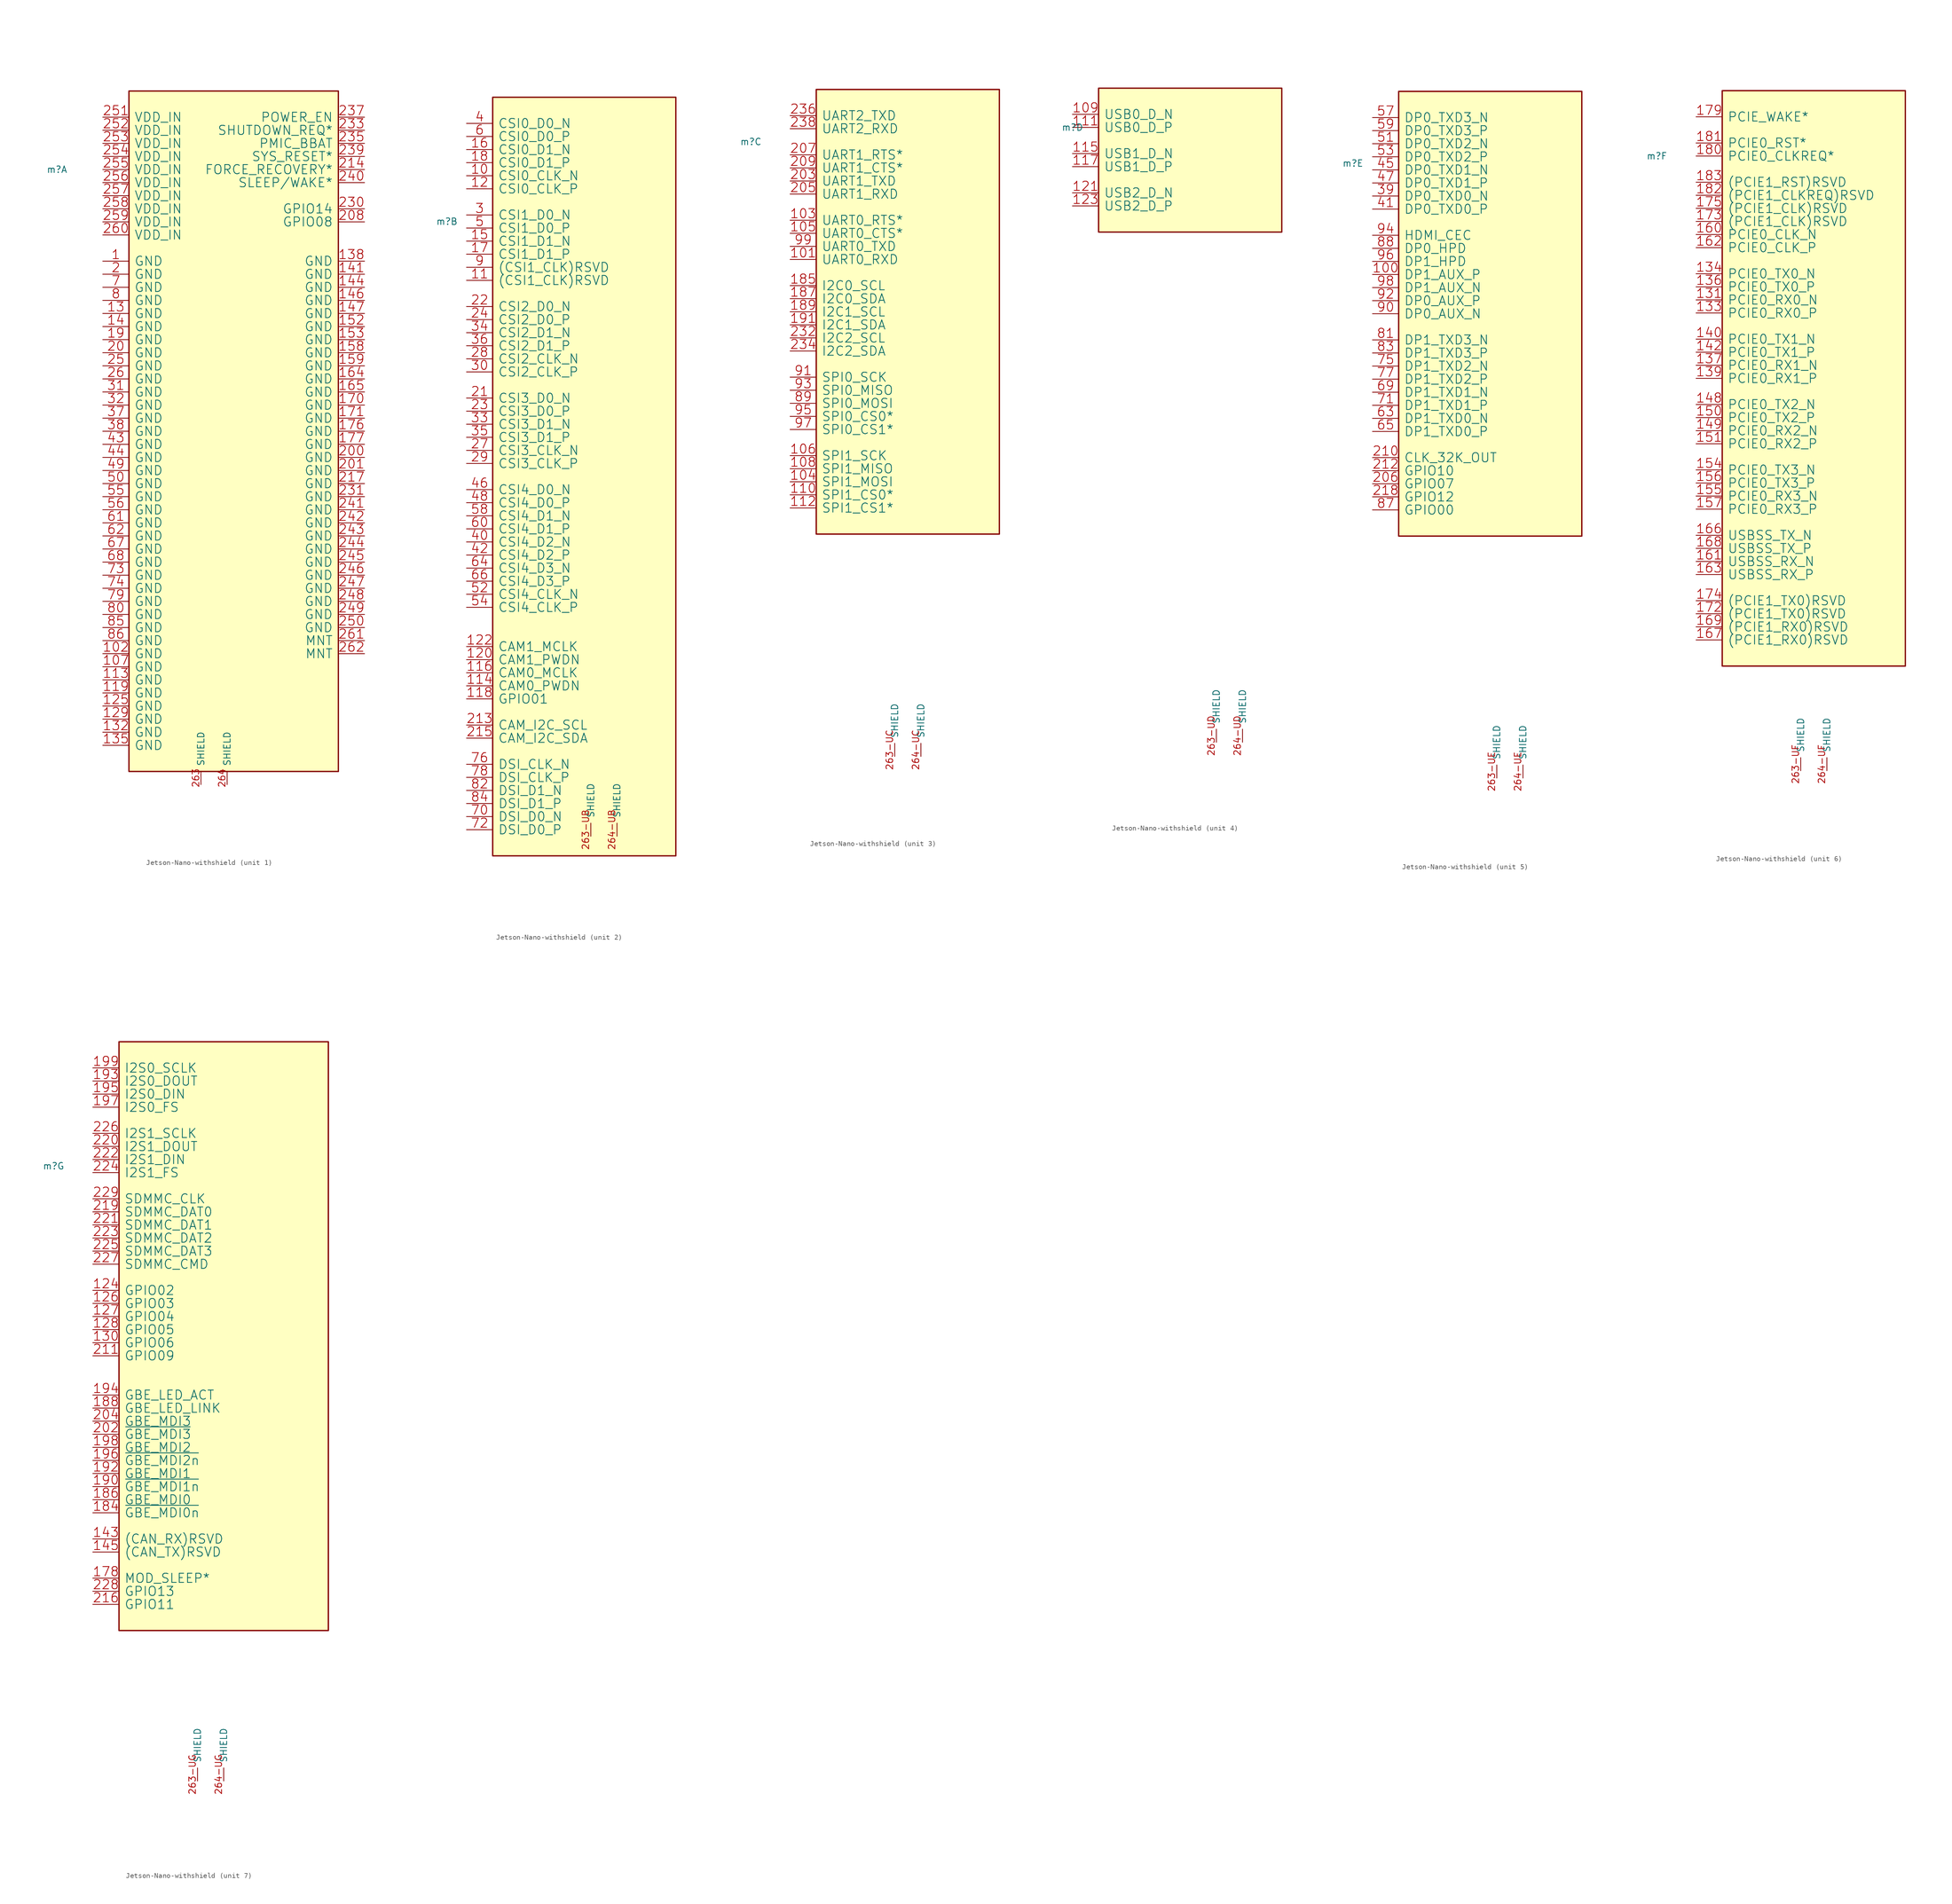
<source format=kicad_sym>
(kicad_symbol_lib
  (version 20211014)
  (generator kicad_symbol_editor)
  (symbol "Jetson-Nano-withshield"
    (pin_names
      (offset 1.016))
    (property "Reference" "m"
      (at 0 0 0)
      (effects (font (size 1.27 1.27))))
    (symbol "Jetson-Nano-withshield_1_1"
      (rectangle (start 13.97 -116.84) (end 54.61 15.24) (stroke (width 0.254) (type default) (color 0 0 0 0)) (fill (type background)))
      (pin passive line (at 8.89 -17.78 0) (length 5.08) (name "GND" (effects (font (size 1.778 1.778)))) (number "1" (effects (font (size 1.778 1.778)))))
      (pin passive line (at 8.89 -93.98 0) (length 5.08) (name "GND" (effects (font (size 1.778 1.778)))) (number "102" (effects (font (size 1.778 1.778)))))
      (pin passive line (at 8.89 -96.52 0) (length 5.08) (name "GND" (effects (font (size 1.778 1.778)))) (number "107" (effects (font (size 1.778 1.778)))))
      (pin passive line (at 8.89 -99.06 0) (length 5.08) (name "GND" (effects (font (size 1.778 1.778)))) (number "113" (effects (font (size 1.778 1.778)))))
      (pin passive line (at 8.89 -101.6 0) (length 5.08) (name "GND" (effects (font (size 1.778 1.778)))) (number "119" (effects (font (size 1.778 1.778)))))
      (pin passive line (at 8.89 -104.14 0) (length 5.08) (name "GND" (effects (font (size 1.778 1.778)))) (number "125" (effects (font (size 1.778 1.778)))))
      (pin passive line (at 8.89 -106.68 0) (length 5.08) (name "GND" (effects (font (size 1.778 1.778)))) (number "129" (effects (font (size 1.778 1.778)))))
      (pin passive line (at 8.89 -27.94 0) (length 5.08) (name "GND" (effects (font (size 1.778 1.778)))) (number "13" (effects (font (size 1.778 1.778)))))
      (pin passive line (at 8.89 -109.22 0) (length 5.08) (name "GND" (effects (font (size 1.778 1.778)))) (number "132" (effects (font (size 1.778 1.778)))))
      (pin passive line (at 8.89 -111.76 0) (length 5.08) (name "GND" (effects (font (size 1.778 1.778)))) (number "135" (effects (font (size 1.778 1.778)))))
      (pin passive line (at 59.69 -17.78 180) (length 5.08) (name "GND" (effects (font (size 1.778 1.778)))) (number "138" (effects (font (size 1.778 1.778)))))
      (pin passive line (at 8.89 -30.48 0) (length 5.08) (name "GND" (effects (font (size 1.778 1.778)))) (number "14" (effects (font (size 1.778 1.778)))))
      (pin passive line (at 59.69 -20.32 180) (length 5.08) (name "GND" (effects (font (size 1.778 1.778)))) (number "141" (effects (font (size 1.778 1.778)))))
      (pin passive line (at 59.69 -22.86 180) (length 5.08) (name "GND" (effects (font (size 1.778 1.778)))) (number "144" (effects (font (size 1.778 1.778)))))
      (pin passive line (at 59.69 -25.4 180) (length 5.08) (name "GND" (effects (font (size 1.778 1.778)))) (number "146" (effects (font (size 1.778 1.778)))))
      (pin passive line (at 59.69 -27.94 180) (length 5.08) (name "GND" (effects (font (size 1.778 1.778)))) (number "147" (effects (font (size 1.778 1.778)))))
      (pin passive line (at 59.69 -30.48 180) (length 5.08) (name "GND" (effects (font (size 1.778 1.778)))) (number "152" (effects (font (size 1.778 1.778)))))
      (pin passive line (at 59.69 -33.02 180) (length 5.08) (name "GND" (effects (font (size 1.778 1.778)))) (number "153" (effects (font (size 1.778 1.778)))))
      (pin passive line (at 59.69 -35.56 180) (length 5.08) (name "GND" (effects (font (size 1.778 1.778)))) (number "158" (effects (font (size 1.778 1.778)))))
      (pin passive line (at 59.69 -38.1 180) (length 5.08) (name "GND" (effects (font (size 1.778 1.778)))) (number "159" (effects (font (size 1.778 1.778)))))
      (pin passive line (at 59.69 -40.64 180) (length 5.08) (name "GND" (effects (font (size 1.778 1.778)))) (number "164" (effects (font (size 1.778 1.778)))))
      (pin passive line (at 59.69 -43.18 180) (length 5.08) (name "GND" (effects (font (size 1.778 1.778)))) (number "165" (effects (font (size 1.778 1.778)))))
      (pin passive line (at 59.69 -45.72 180) (length 5.08) (name "GND" (effects (font (size 1.778 1.778)))) (number "170" (effects (font (size 1.778 1.778)))))
      (pin passive line (at 59.69 -48.26 180) (length 5.08) (name "GND" (effects (font (size 1.778 1.778)))) (number "171" (effects (font (size 1.778 1.778)))))
      (pin passive line (at 59.69 -50.8 180) (length 5.08) (name "GND" (effects (font (size 1.778 1.778)))) (number "176" (effects (font (size 1.778 1.778)))))
      (pin passive line (at 59.69 -53.34 180) (length 5.08) (name "GND" (effects (font (size 1.778 1.778)))) (number "177" (effects (font (size 1.778 1.778)))))
      (pin passive line (at 8.89 -33.02 0) (length 5.08) (name "GND" (effects (font (size 1.778 1.778)))) (number "19" (effects (font (size 1.778 1.778)))))
      (pin passive line (at 8.89 -20.32 0) (length 5.08) (name "GND" (effects (font (size 1.778 1.778)))) (number "2" (effects (font (size 1.778 1.778)))))
      (pin passive line (at 8.89 -35.56 0) (length 5.08) (name "GND" (effects (font (size 1.778 1.778)))) (number "20" (effects (font (size 1.778 1.778)))))
      (pin passive line (at 59.69 -55.88 180) (length 5.08) (name "GND" (effects (font (size 1.778 1.778)))) (number "200" (effects (font (size 1.778 1.778)))))
      (pin passive line (at 59.69 -58.42 180) (length 5.08) (name "GND" (effects (font (size 1.778 1.778)))) (number "201" (effects (font (size 1.778 1.778)))))
      (pin passive line (at 59.69 -10.16 180) (length 5.08) (name "GPIO08" (effects (font (size 1.778 1.778)))) (number "208" (effects (font (size 1.778 1.778)))))
      (pin passive line (at 59.69 0 180) (length 5.08) (name "FORCE_RECOVERY*" (effects (font (size 1.778 1.778)))) (number "214" (effects (font (size 1.778 1.778)))))
      (pin passive line (at 59.69 -60.96 180) (length 5.08) (name "GND" (effects (font (size 1.778 1.778)))) (number "217" (effects (font (size 1.778 1.778)))))
      (pin passive line (at 59.69 -7.62 180) (length 5.08) (name "GPIO14" (effects (font (size 1.778 1.778)))) (number "230" (effects (font (size 1.778 1.778)))))
      (pin passive line (at 59.69 -63.5 180) (length 5.08) (name "GND" (effects (font (size 1.778 1.778)))) (number "231" (effects (font (size 1.778 1.778)))))
      (pin passive line (at 59.69 7.62 180) (length 5.08) (name "SHUTDOWN_REQ*" (effects (font (size 1.778 1.778)))) (number "233" (effects (font (size 1.778 1.778)))))
      (pin passive line (at 59.69 5.08 180) (length 5.08) (name "PMIC_BBAT" (effects (font (size 1.778 1.778)))) (number "235" (effects (font (size 1.778 1.778)))))
      (pin passive line (at 59.69 10.16 180) (length 5.08) (name "POWER_EN" (effects (font (size 1.778 1.778)))) (number "237" (effects (font (size 1.778 1.778)))))
      (pin passive line (at 59.69 2.54 180) (length 5.08) (name "SYS_RESET*" (effects (font (size 1.778 1.778)))) (number "239" (effects (font (size 1.778 1.778)))))
      (pin passive line (at 59.69 -2.54 180) (length 5.08) (name "SLEEP/WAKE*" (effects (font (size 1.778 1.778)))) (number "240" (effects (font (size 1.778 1.778)))))
      (pin passive line (at 59.69 -66.04 180) (length 5.08) (name "GND" (effects (font (size 1.778 1.778)))) (number "241" (effects (font (size 1.778 1.778)))))
      (pin passive line (at 59.69 -68.58 180) (length 5.08) (name "GND" (effects (font (size 1.778 1.778)))) (number "242" (effects (font (size 1.778 1.778)))))
      (pin passive line (at 59.69 -71.12 180) (length 5.08) (name "GND" (effects (font (size 1.778 1.778)))) (number "243" (effects (font (size 1.778 1.778)))))
      (pin passive line (at 59.69 -73.66 180) (length 5.08) (name "GND" (effects (font (size 1.778 1.778)))) (number "244" (effects (font (size 1.778 1.778)))))
      (pin passive line (at 59.69 -76.2 180) (length 5.08) (name "GND" (effects (font (size 1.778 1.778)))) (number "245" (effects (font (size 1.778 1.778)))))
      (pin passive line (at 59.69 -78.74 180) (length 5.08) (name "GND" (effects (font (size 1.778 1.778)))) (number "246" (effects (font (size 1.778 1.778)))))
      (pin passive line (at 59.69 -81.28 180) (length 5.08) (name "GND" (effects (font (size 1.778 1.778)))) (number "247" (effects (font (size 1.778 1.778)))))
      (pin passive line (at 59.69 -83.82 180) (length 5.08) (name "GND" (effects (font (size 1.778 1.778)))) (number "248" (effects (font (size 1.778 1.778)))))
      (pin passive line (at 59.69 -86.36 180) (length 5.08) (name "GND" (effects (font (size 1.778 1.778)))) (number "249" (effects (font (size 1.778 1.778)))))
      (pin passive line (at 8.89 -38.1 0) (length 5.08) (name "GND" (effects (font (size 1.778 1.778)))) (number "25" (effects (font (size 1.778 1.778)))))
      (pin passive line (at 59.69 -88.9 180) (length 5.08) (name "GND" (effects (font (size 1.778 1.778)))) (number "250" (effects (font (size 1.778 1.778)))))
      (pin passive line (at 8.89 10.16 0) (length 5.08) (name "VDD_IN" (effects (font (size 1.778 1.778)))) (number "251" (effects (font (size 1.778 1.778)))))
      (pin passive line (at 8.89 7.62 0) (length 5.08) (name "VDD_IN" (effects (font (size 1.778 1.778)))) (number "252" (effects (font (size 1.778 1.778)))))
      (pin passive line (at 8.89 5.08 0) (length 5.08) (name "VDD_IN" (effects (font (size 1.778 1.778)))) (number "253" (effects (font (size 1.778 1.778)))))
      (pin passive line (at 8.89 2.54 0) (length 5.08) (name "VDD_IN" (effects (font (size 1.778 1.778)))) (number "254" (effects (font (size 1.778 1.778)))))
      (pin passive line (at 8.89 0 0) (length 5.08) (name "VDD_IN" (effects (font (size 1.778 1.778)))) (number "255" (effects (font (size 1.778 1.778)))))
      (pin passive line (at 8.89 -2.54 0) (length 5.08) (name "VDD_IN" (effects (font (size 1.778 1.778)))) (number "256" (effects (font (size 1.778 1.778)))))
      (pin passive line (at 8.89 -5.08 0) (length 5.08) (name "VDD_IN" (effects (font (size 1.778 1.778)))) (number "257" (effects (font (size 1.778 1.778)))))
      (pin passive line (at 8.89 -7.62 0) (length 5.08) (name "VDD_IN" (effects (font (size 1.778 1.778)))) (number "258" (effects (font (size 1.778 1.778)))))
      (pin passive line (at 8.89 -10.16 0) (length 5.08) (name "VDD_IN" (effects (font (size 1.778 1.778)))) (number "259" (effects (font (size 1.778 1.778)))))
      (pin passive line (at 8.89 -40.64 0) (length 5.08) (name "GND" (effects (font (size 1.778 1.778)))) (number "26" (effects (font (size 1.778 1.778)))))
      (pin passive line (at 8.89 -12.7 0) (length 5.08) (name "VDD_IN" (effects (font (size 1.778 1.778)))) (number "260" (effects (font (size 1.778 1.778)))))
      (pin passive line (at 59.69 -91.44 180) (length 5.08) (name "MNT" (effects (font (size 1.778 1.778)))) (number "261" (effects (font (size 1.778 1.778)))))
      (pin passive line (at 59.69 -93.98 180) (length 5.08) (name "MNT" (effects (font (size 1.778 1.778)))) (number "262" (effects (font (size 1.778 1.778)))))
      (pin passive line (at 27.94 -119.38 90) (length 2.54) (name "SHIELD" (effects (font (size 1.27 1.27)))) (number "263" (effects (font (size 1.27 1.27)))))
      (pin passive line (at 33.02 -119.38 90) (length 2.54) (name "SHIELD" (effects (font (size 1.27 1.27)))) (number "264" (effects (font (size 1.27 1.27)))))
      (pin passive line (at 8.89 -43.18 0) (length 5.08) (name "GND" (effects (font (size 1.778 1.778)))) (number "31" (effects (font (size 1.778 1.778)))))
      (pin passive line (at 8.89 -45.72 0) (length 5.08) (name "GND" (effects (font (size 1.778 1.778)))) (number "32" (effects (font (size 1.778 1.778)))))
      (pin passive line (at 8.89 -48.26 0) (length 5.08) (name "GND" (effects (font (size 1.778 1.778)))) (number "37" (effects (font (size 1.778 1.778)))))
      (pin passive line (at 8.89 -50.8 0) (length 5.08) (name "GND" (effects (font (size 1.778 1.778)))) (number "38" (effects (font (size 1.778 1.778)))))
      (pin passive line (at 8.89 -53.34 0) (length 5.08) (name "GND" (effects (font (size 1.778 1.778)))) (number "43" (effects (font (size 1.778 1.778)))))
      (pin passive line (at 8.89 -55.88 0) (length 5.08) (name "GND" (effects (font (size 1.778 1.778)))) (number "44" (effects (font (size 1.778 1.778)))))
      (pin passive line (at 8.89 -58.42 0) (length 5.08) (name "GND" (effects (font (size 1.778 1.778)))) (number "49" (effects (font (size 1.778 1.778)))))
      (pin passive line (at 8.89 -60.96 0) (length 5.08) (name "GND" (effects (font (size 1.778 1.778)))) (number "50" (effects (font (size 1.778 1.778)))))
      (pin passive line (at 8.89 -63.5 0) (length 5.08) (name "GND" (effects (font (size 1.778 1.778)))) (number "55" (effects (font (size 1.778 1.778)))))
      (pin passive line (at 8.89 -66.04 0) (length 5.08) (name "GND" (effects (font (size 1.778 1.778)))) (number "56" (effects (font (size 1.778 1.778)))))
      (pin passive line (at 8.89 -68.58 0) (length 5.08) (name "GND" (effects (font (size 1.778 1.778)))) (number "61" (effects (font (size 1.778 1.778)))))
      (pin passive line (at 8.89 -71.12 0) (length 5.08) (name "GND" (effects (font (size 1.778 1.778)))) (number "62" (effects (font (size 1.778 1.778)))))
      (pin passive line (at 8.89 -73.66 0) (length 5.08) (name "GND" (effects (font (size 1.778 1.778)))) (number "67" (effects (font (size 1.778 1.778)))))
      (pin passive line (at 8.89 -76.2 0) (length 5.08) (name "GND" (effects (font (size 1.778 1.778)))) (number "68" (effects (font (size 1.778 1.778)))))
      (pin passive line (at 8.89 -22.86 0) (length 5.08) (name "GND" (effects (font (size 1.778 1.778)))) (number "7" (effects (font (size 1.778 1.778)))))
      (pin passive line (at 8.89 -78.74 0) (length 5.08) (name "GND" (effects (font (size 1.778 1.778)))) (number "73" (effects (font (size 1.778 1.778)))))
      (pin passive line (at 8.89 -81.28 0) (length 5.08) (name "GND" (effects (font (size 1.778 1.778)))) (number "74" (effects (font (size 1.778 1.778)))))
      (pin passive line (at 8.89 -83.82 0) (length 5.08) (name "GND" (effects (font (size 1.778 1.778)))) (number "79" (effects (font (size 1.778 1.778)))))
      (pin passive line (at 8.89 -25.4 0) (length 5.08) (name "GND" (effects (font (size 1.778 1.778)))) (number "8" (effects (font (size 1.778 1.778)))))
      (pin passive line (at 8.89 -86.36 0) (length 5.08) (name "GND" (effects (font (size 1.778 1.778)))) (number "80" (effects (font (size 1.778 1.778)))))
      (pin passive line (at 8.89 -88.9 0) (length 5.08) (name "GND" (effects (font (size 1.778 1.778)))) (number "85" (effects (font (size 1.778 1.778)))))
      (pin passive line (at 8.89 -91.44 0) (length 5.08) (name "GND" (effects (font (size 1.778 1.778)))) (number "86" (effects (font (size 1.778 1.778))))))
    (symbol "Jetson-Nano-withshield_2_1"
      (rectangle (start 44.45 -123.19) (end 8.89 24.13) (stroke (width 0.254) (type default) (color 0 0 0 0)) (fill (type background)))
      (pin passive line (at 3.81 8.89 0) (length 5.08) (name "CSI0_CLK_N" (effects (font (size 1.778 1.778)))) (number "10" (effects (font (size 1.778 1.778)))))
      (pin passive line (at 3.81 -11.43 0) (length 5.08) (name "(CSI1_CLK)RSVD" (effects (font (size 1.778 1.778)))) (number "11" (effects (font (size 1.778 1.778)))))
      (pin passive line (at 3.81 -90.17 0) (length 5.08) (name "CAM0_PWDN" (effects (font (size 1.778 1.778)))) (number "114" (effects (font (size 1.778 1.778)))))
      (pin passive line (at 3.81 -87.63 0) (length 5.08) (name "CAM0_MCLK" (effects (font (size 1.778 1.778)))) (number "116" (effects (font (size 1.778 1.778)))))
      (pin passive line (at 3.81 -92.71 0) (length 5.08) (name "GPIO01" (effects (font (size 1.778 1.778)))) (number "118" (effects (font (size 1.778 1.778)))))
      (pin passive line (at 3.81 6.35 0) (length 5.08) (name "CSI0_CLK_P" (effects (font (size 1.778 1.778)))) (number "12" (effects (font (size 1.778 1.778)))))
      (pin passive line (at 3.81 -85.09 0) (length 5.08) (name "CAM1_PWDN" (effects (font (size 1.778 1.778)))) (number "120" (effects (font (size 1.778 1.778)))))
      (pin passive line (at 3.81 -82.55 0) (length 5.08) (name "CAM1_MCLK" (effects (font (size 1.778 1.778)))) (number "122" (effects (font (size 1.778 1.778)))))
      (pin passive line (at 3.81 -3.81 0) (length 5.08) (name "CSI1_D1_N" (effects (font (size 1.778 1.778)))) (number "15" (effects (font (size 1.778 1.778)))))
      (pin passive line (at 3.81 13.97 0) (length 5.08) (name "CSI0_D1_N" (effects (font (size 1.778 1.778)))) (number "16" (effects (font (size 1.778 1.778)))))
      (pin passive line (at 3.81 -6.35 0) (length 5.08) (name "CSI1_D1_P" (effects (font (size 1.778 1.778)))) (number "17" (effects (font (size 1.778 1.778)))))
      (pin passive line (at 3.81 11.43 0) (length 5.08) (name "CSI0_D1_P" (effects (font (size 1.778 1.778)))) (number "18" (effects (font (size 1.778 1.778)))))
      (pin passive line (at 3.81 -34.29 0) (length 5.08) (name "CSI3_D0_N" (effects (font (size 1.778 1.778)))) (number "21" (effects (font (size 1.778 1.778)))))
      (pin passive line (at 3.81 -97.79 0) (length 5.08) (name "CAM_I2C_SCL" (effects (font (size 1.778 1.778)))) (number "213" (effects (font (size 1.778 1.778)))))
      (pin passive line (at 3.81 -100.33 0) (length 5.08) (name "CAM_I2C_SDA" (effects (font (size 1.778 1.778)))) (number "215" (effects (font (size 1.778 1.778)))))
      (pin passive line (at 3.81 -16.51 0) (length 5.08) (name "CSI2_D0_N" (effects (font (size 1.778 1.778)))) (number "22" (effects (font (size 1.778 1.778)))))
      (pin passive line (at 3.81 -36.83 0) (length 5.08) (name "CSI3_D0_P" (effects (font (size 1.778 1.778)))) (number "23" (effects (font (size 1.778 1.778)))))
      (pin passive line (at 3.81 -19.05 0) (length 5.08) (name "CSI2_D0_P" (effects (font (size 1.778 1.778)))) (number "24" (effects (font (size 1.778 1.778)))))
      (pin passive line (at 27.94 -119.38 90) (length 2.54) (name "SHIELD" (effects (font (size 1.27 1.27)))) (number "263-UB" (effects (font (size 1.27 1.27)))))
      (pin passive line (at 33.02 -119.38 90) (length 2.54) (name "SHIELD" (effects (font (size 1.27 1.27)))) (number "264-UB" (effects (font (size 1.27 1.27)))))
      (pin passive line (at 3.81 -44.45 0) (length 5.08) (name "CSI3_CLK_N" (effects (font (size 1.778 1.778)))) (number "27" (effects (font (size 1.778 1.778)))))
      (pin passive line (at 3.81 -26.67 0) (length 5.08) (name "CSI2_CLK_N" (effects (font (size 1.778 1.778)))) (number "28" (effects (font (size 1.778 1.778)))))
      (pin passive line (at 3.81 -46.99 0) (length 5.08) (name "CSI3_CLK_P" (effects (font (size 1.778 1.778)))) (number "29" (effects (font (size 1.778 1.778)))))
      (pin passive line (at 3.81 1.27 0) (length 5.08) (name "CSI1_D0_N" (effects (font (size 1.778 1.778)))) (number "3" (effects (font (size 1.778 1.778)))))
      (pin passive line (at 3.81 -29.21 0) (length 5.08) (name "CSI2_CLK_P" (effects (font (size 1.778 1.778)))) (number "30" (effects (font (size 1.778 1.778)))))
      (pin passive line (at 3.81 -39.37 0) (length 5.08) (name "CSI3_D1_N" (effects (font (size 1.778 1.778)))) (number "33" (effects (font (size 1.778 1.778)))))
      (pin passive line (at 3.81 -21.59 0) (length 5.08) (name "CSI2_D1_N" (effects (font (size 1.778 1.778)))) (number "34" (effects (font (size 1.778 1.778)))))
      (pin passive line (at 3.81 -41.91 0) (length 5.08) (name "CSI3_D1_P" (effects (font (size 1.778 1.778)))) (number "35" (effects (font (size 1.778 1.778)))))
      (pin passive line (at 3.81 -24.13 0) (length 5.08) (name "CSI2_D1_P" (effects (font (size 1.778 1.778)))) (number "36" (effects (font (size 1.778 1.778)))))
      (pin passive line (at 3.81 19.05 0) (length 5.08) (name "CSI0_D0_N" (effects (font (size 1.778 1.778)))) (number "4" (effects (font (size 1.778 1.778)))))
      (pin passive line (at 3.81 -62.23 0) (length 5.08) (name "CSI4_D2_N" (effects (font (size 1.778 1.778)))) (number "40" (effects (font (size 1.778 1.778)))))
      (pin passive line (at 3.81 -64.77 0) (length 5.08) (name "CSI4_D2_P" (effects (font (size 1.778 1.778)))) (number "42" (effects (font (size 1.778 1.778)))))
      (pin passive line (at 3.81 -52.07 0) (length 5.08) (name "CSI4_D0_N" (effects (font (size 1.778 1.778)))) (number "46" (effects (font (size 1.778 1.778)))))
      (pin passive line (at 3.81 -54.61 0) (length 5.08) (name "CSI4_D0_P" (effects (font (size 1.778 1.778)))) (number "48" (effects (font (size 1.778 1.778)))))
      (pin passive line (at 3.81 -1.27 0) (length 5.08) (name "CSI1_D0_P" (effects (font (size 1.778 1.778)))) (number "5" (effects (font (size 1.778 1.778)))))
      (pin passive line (at 3.81 -72.39 0) (length 5.08) (name "CSI4_CLK_N" (effects (font (size 1.778 1.778)))) (number "52" (effects (font (size 1.778 1.778)))))
      (pin passive line (at 3.81 -74.93 0) (length 5.08) (name "CSI4_CLK_P" (effects (font (size 1.778 1.778)))) (number "54" (effects (font (size 1.778 1.778)))))
      (pin passive line (at 3.81 -57.15 0) (length 5.08) (name "CSI4_D1_N" (effects (font (size 1.778 1.778)))) (number "58" (effects (font (size 1.778 1.778)))))
      (pin passive line (at 3.81 16.51 0) (length 5.08) (name "CSI0_D0_P" (effects (font (size 1.778 1.778)))) (number "6" (effects (font (size 1.778 1.778)))))
      (pin passive line (at 3.81 -59.69 0) (length 5.08) (name "CSI4_D1_P" (effects (font (size 1.778 1.778)))) (number "60" (effects (font (size 1.778 1.778)))))
      (pin passive line (at 3.81 -67.31 0) (length 5.08) (name "CSI4_D3_N" (effects (font (size 1.778 1.778)))) (number "64" (effects (font (size 1.778 1.778)))))
      (pin passive line (at 3.81 -69.85 0) (length 5.08) (name "CSI4_D3_P" (effects (font (size 1.778 1.778)))) (number "66" (effects (font (size 1.778 1.778)))))
      (pin passive line (at 3.81 -115.57 0) (length 5.08) (name "DSI_D0_N" (effects (font (size 1.778 1.778)))) (number "70" (effects (font (size 1.778 1.778)))))
      (pin passive line (at 3.81 -118.11 0) (length 5.08) (name "DSI_D0_P" (effects (font (size 1.778 1.778)))) (number "72" (effects (font (size 1.778 1.778)))))
      (pin passive line (at 3.81 -105.41 0) (length 5.08) (name "DSI_CLK_N" (effects (font (size 1.778 1.778)))) (number "76" (effects (font (size 1.778 1.778)))))
      (pin passive line (at 3.81 -107.95 0) (length 5.08) (name "DSI_CLK_P" (effects (font (size 1.778 1.778)))) (number "78" (effects (font (size 1.778 1.778)))))
      (pin passive line (at 3.81 -110.49 0) (length 5.08) (name "DSI_D1_N" (effects (font (size 1.778 1.778)))) (number "82" (effects (font (size 1.778 1.778)))))
      (pin passive line (at 3.81 -113.03 0) (length 5.08) (name "DSI_D1_P" (effects (font (size 1.778 1.778)))) (number "84" (effects (font (size 1.778 1.778)))))
      (pin passive line (at 3.81 -8.89 0) (length 5.08) (name "(CSI1_CLK)RSVD" (effects (font (size 1.778 1.778)))) (number "9" (effects (font (size 1.778 1.778))))))
    (symbol "Jetson-Nano-withshield_3_1"
      (rectangle (start 12.7 -76.2) (end 48.26 10.16) (stroke (width 0.254) (type default) (color 0 0 0 0)) (fill (type background)))
      (pin passive line (at 7.62 -22.86 0) (length 5.08) (name "UART0_RXD" (effects (font (size 1.778 1.778)))) (number "101" (effects (font (size 1.778 1.778)))))
      (pin passive line (at 7.62 -15.24 0) (length 5.08) (name "UART0_RTS*" (effects (font (size 1.778 1.778)))) (number "103" (effects (font (size 1.778 1.778)))))
      (pin passive line (at 7.62 -66.04 0) (length 5.08) (name "SPI1_MOSI" (effects (font (size 1.778 1.778)))) (number "104" (effects (font (size 1.778 1.778)))))
      (pin passive line (at 7.62 -17.78 0) (length 5.08) (name "UART0_CTS*" (effects (font (size 1.778 1.778)))) (number "105" (effects (font (size 1.778 1.778)))))
      (pin passive line (at 7.62 -60.96 0) (length 5.08) (name "SPI1_SCK" (effects (font (size 1.778 1.778)))) (number "106" (effects (font (size 1.778 1.778)))))
      (pin passive line (at 7.62 -63.5 0) (length 5.08) (name "SPI1_MISO" (effects (font (size 1.778 1.778)))) (number "108" (effects (font (size 1.778 1.778)))))
      (pin passive line (at 7.62 -68.58 0) (length 5.08) (name "SPI1_CS0*" (effects (font (size 1.778 1.778)))) (number "110" (effects (font (size 1.778 1.778)))))
      (pin passive line (at 7.62 -71.12 0) (length 5.08) (name "SPI1_CS1*" (effects (font (size 1.778 1.778)))) (number "112" (effects (font (size 1.778 1.778)))))
      (pin passive line (at 7.62 -27.94 0) (length 5.08) (name "I2C0_SCL" (effects (font (size 1.778 1.778)))) (number "185" (effects (font (size 1.778 1.778)))))
      (pin passive line (at 7.62 -30.48 0) (length 5.08) (name "I2C0_SDA" (effects (font (size 1.778 1.778)))) (number "187" (effects (font (size 1.778 1.778)))))
      (pin passive line (at 7.62 -33.02 0) (length 5.08) (name "I2C1_SCL" (effects (font (size 1.778 1.778)))) (number "189" (effects (font (size 1.778 1.778)))))
      (pin passive line (at 7.62 -35.56 0) (length 5.08) (name "I2C1_SDA" (effects (font (size 1.778 1.778)))) (number "191" (effects (font (size 1.778 1.778)))))
      (pin passive line (at 7.62 -7.62 0) (length 5.08) (name "UART1_TXD" (effects (font (size 1.778 1.778)))) (number "203" (effects (font (size 1.778 1.778)))))
      (pin passive line (at 7.62 -10.16 0) (length 5.08) (name "UART1_RXD" (effects (font (size 1.778 1.778)))) (number "205" (effects (font (size 1.778 1.778)))))
      (pin passive line (at 7.62 -2.54 0) (length 5.08) (name "UART1_RTS*" (effects (font (size 1.778 1.778)))) (number "207" (effects (font (size 1.778 1.778)))))
      (pin passive line (at 7.62 -5.08 0) (length 5.08) (name "UART1_CTS*" (effects (font (size 1.778 1.778)))) (number "209" (effects (font (size 1.778 1.778)))))
      (pin passive line (at 7.62 -38.1 0) (length 5.08) (name "I2C2_SCL" (effects (font (size 1.778 1.778)))) (number "232" (effects (font (size 1.778 1.778)))))
      (pin passive line (at 7.62 -40.64 0) (length 5.08) (name "I2C2_SDA" (effects (font (size 1.778 1.778)))) (number "234" (effects (font (size 1.778 1.778)))))
      (pin passive line (at 7.62 5.08 0) (length 5.08) (name "UART2_TXD" (effects (font (size 1.778 1.778)))) (number "236" (effects (font (size 1.778 1.778)))))
      (pin passive line (at 7.62 2.54 0) (length 5.08) (name "UART2_RXD" (effects (font (size 1.778 1.778)))) (number "238" (effects (font (size 1.778 1.778)))))
      (pin passive line (at 27.94 -119.38 90) (length 2.54) (name "SHIELD" (effects (font (size 1.27 1.27)))) (number "263-UC" (effects (font (size 1.27 1.27)))))
      (pin passive line (at 33.02 -119.38 90) (length 2.54) (name "SHIELD" (effects (font (size 1.27 1.27)))) (number "264-UC" (effects (font (size 1.27 1.27)))))
      (pin passive line (at 7.62 -50.8 0) (length 5.08) (name "SPI0_MOSI" (effects (font (size 1.778 1.778)))) (number "89" (effects (font (size 1.778 1.778)))))
      (pin passive line (at 7.62 -45.72 0) (length 5.08) (name "SPI0_SCK" (effects (font (size 1.778 1.778)))) (number "91" (effects (font (size 1.778 1.778)))))
      (pin passive line (at 7.62 -48.26 0) (length 5.08) (name "SPI0_MISO" (effects (font (size 1.778 1.778)))) (number "93" (effects (font (size 1.778 1.778)))))
      (pin passive line (at 7.62 -53.34 0) (length 5.08) (name "SPI0_CS0*" (effects (font (size 1.778 1.778)))) (number "95" (effects (font (size 1.778 1.778)))))
      (pin passive line (at 7.62 -55.88 0) (length 5.08) (name "SPI0_CS1*" (effects (font (size 1.778 1.778)))) (number "97" (effects (font (size 1.778 1.778)))))
      (pin passive line (at 7.62 -20.32 0) (length 5.08) (name "UART0_TXD" (effects (font (size 1.778 1.778)))) (number "99" (effects (font (size 1.778 1.778))))))
    (symbol "Jetson-Nano-withshield_4_1"
      (rectangle (start 5.08 -20.32) (end 40.64 7.62) (stroke (width 0.254) (type default) (color 0 0 0 0)) (fill (type background)))
      (pin passive line (at 0 2.54 0) (length 5.08) (name "USB0_D_N" (effects (font (size 1.778 1.778)))) (number "109" (effects (font (size 1.778 1.778)))))
      (pin passive line (at 0 0 0) (length 5.08) (name "USB0_D_P" (effects (font (size 1.778 1.778)))) (number "111" (effects (font (size 1.778 1.778)))))
      (pin passive line (at 0 -5.08 0) (length 5.08) (name "USB1_D_N" (effects (font (size 1.778 1.778)))) (number "115" (effects (font (size 1.778 1.778)))))
      (pin passive line (at 0 -7.62 0) (length 5.08) (name "USB1_D_P" (effects (font (size 1.778 1.778)))) (number "117" (effects (font (size 1.778 1.778)))))
      (pin passive line (at 0 -12.7 0) (length 5.08) (name "USB2_D_N" (effects (font (size 1.778 1.778)))) (number "121" (effects (font (size 1.778 1.778)))))
      (pin passive line (at 0 -15.24 0) (length 5.08) (name "USB2_D_P" (effects (font (size 1.778 1.778)))) (number "123" (effects (font (size 1.778 1.778)))))
      (pin passive line (at 27.94 -119.38 90) (length 2.54) (name "SHIELD" (effects (font (size 1.27 1.27)))) (number "263-UD" (effects (font (size 1.27 1.27)))))
      (pin passive line (at 33.02 -119.38 90) (length 2.54) (name "SHIELD" (effects (font (size 1.27 1.27)))) (number "264-UD" (effects (font (size 1.27 1.27))))))
    (symbol "Jetson-Nano-withshield_5_1"
      (rectangle (start 44.45 -72.39) (end 8.89 13.97) (stroke (width 0.254) (type default) (color 0 0 0 0)) (fill (type background)))
      (pin passive line (at 3.81 -21.59 0) (length 5.08) (name "DP1_AUX_P" (effects (font (size 1.778 1.778)))) (number "100" (effects (font (size 1.778 1.778)))))
      (pin passive line (at 3.81 -62.23 0) (length 5.08) (name "GPIO07" (effects (font (size 1.778 1.778)))) (number "206" (effects (font (size 1.778 1.778)))))
      (pin passive line (at 3.81 -57.15 0) (length 5.08) (name "CLK_32K_OUT" (effects (font (size 1.778 1.778)))) (number "210" (effects (font (size 1.778 1.778)))))
      (pin passive line (at 3.81 -59.69 0) (length 5.08) (name "GPIO10" (effects (font (size 1.778 1.778)))) (number "212" (effects (font (size 1.778 1.778)))))
      (pin passive line (at 3.81 -64.77 0) (length 5.08) (name "GPIO12" (effects (font (size 1.778 1.778)))) (number "218" (effects (font (size 1.778 1.778)))))
      (pin passive line (at 27.94 -119.38 90) (length 2.54) (name "SHIELD" (effects (font (size 1.27 1.27)))) (number "263-UE" (effects (font (size 1.27 1.27)))))
      (pin passive line (at 33.02 -119.38 90) (length 2.54) (name "SHIELD" (effects (font (size 1.27 1.27)))) (number "264-UE" (effects (font (size 1.27 1.27)))))
      (pin passive line (at 3.81 -6.35 0) (length 5.08) (name "DP0_TXD0_N" (effects (font (size 1.778 1.778)))) (number "39" (effects (font (size 1.778 1.778)))))
      (pin passive line (at 3.81 -8.89 0) (length 5.08) (name "DP0_TXD0_P" (effects (font (size 1.778 1.778)))) (number "41" (effects (font (size 1.778 1.778)))))
      (pin passive line (at 3.81 -1.27 0) (length 5.08) (name "DP0_TXD1_N" (effects (font (size 1.778 1.778)))) (number "45" (effects (font (size 1.778 1.778)))))
      (pin passive line (at 3.81 -3.81 0) (length 5.08) (name "DP0_TXD1_P" (effects (font (size 1.778 1.778)))) (number "47" (effects (font (size 1.778 1.778)))))
      (pin passive line (at 3.81 3.81 0) (length 5.08) (name "DP0_TXD2_N" (effects (font (size 1.778 1.778)))) (number "51" (effects (font (size 1.778 1.778)))))
      (pin passive line (at 3.81 1.27 0) (length 5.08) (name "DP0_TXD2_P" (effects (font (size 1.778 1.778)))) (number "53" (effects (font (size 1.778 1.778)))))
      (pin passive line (at 3.81 8.89 0) (length 5.08) (name "DP0_TXD3_N" (effects (font (size 1.778 1.778)))) (number "57" (effects (font (size 1.778 1.778)))))
      (pin passive line (at 3.81 6.35 0) (length 5.08) (name "DP0_TXD3_P" (effects (font (size 1.778 1.778)))) (number "59" (effects (font (size 1.778 1.778)))))
      (pin passive line (at 3.81 -49.53 0) (length 5.08) (name "DP1_TXD0_N" (effects (font (size 1.778 1.778)))) (number "63" (effects (font (size 1.778 1.778)))))
      (pin passive line (at 3.81 -52.07 0) (length 5.08) (name "DP1_TXD0_P" (effects (font (size 1.778 1.778)))) (number "65" (effects (font (size 1.778 1.778)))))
      (pin passive line (at 3.81 -44.45 0) (length 5.08) (name "DP1_TXD1_N" (effects (font (size 1.778 1.778)))) (number "69" (effects (font (size 1.778 1.778)))))
      (pin passive line (at 3.81 -46.99 0) (length 5.08) (name "DP1_TXD1_P" (effects (font (size 1.778 1.778)))) (number "71" (effects (font (size 1.778 1.778)))))
      (pin passive line (at 3.81 -39.37 0) (length 5.08) (name "DP1_TXD2_N" (effects (font (size 1.778 1.778)))) (number "75" (effects (font (size 1.778 1.778)))))
      (pin passive line (at 3.81 -41.91 0) (length 5.08) (name "DP1_TXD2_P" (effects (font (size 1.778 1.778)))) (number "77" (effects (font (size 1.778 1.778)))))
      (pin passive line (at 3.81 -34.29 0) (length 5.08) (name "DP1_TXD3_N" (effects (font (size 1.778 1.778)))) (number "81" (effects (font (size 1.778 1.778)))))
      (pin passive line (at 3.81 -36.83 0) (length 5.08) (name "DP1_TXD3_P" (effects (font (size 1.778 1.778)))) (number "83" (effects (font (size 1.778 1.778)))))
      (pin passive line (at 3.81 -67.31 0) (length 5.08) (name "GPIO00" (effects (font (size 1.778 1.778)))) (number "87" (effects (font (size 1.778 1.778)))))
      (pin passive line (at 3.81 -16.51 0) (length 5.08) (name "DP0_HPD" (effects (font (size 1.778 1.778)))) (number "88" (effects (font (size 1.778 1.778)))))
      (pin passive line (at 3.81 -29.21 0) (length 5.08) (name "DP0_AUX_N" (effects (font (size 1.778 1.778)))) (number "90" (effects (font (size 1.778 1.778)))))
      (pin passive line (at 3.81 -26.67 0) (length 5.08) (name "DP0_AUX_P" (effects (font (size 1.778 1.778)))) (number "92" (effects (font (size 1.778 1.778)))))
      (pin passive line (at 3.81 -13.97 0) (length 5.08) (name "HDMI_CEC" (effects (font (size 1.778 1.778)))) (number "94" (effects (font (size 1.778 1.778)))))
      (pin passive line (at 3.81 -19.05 0) (length 5.08) (name "DP1_HPD" (effects (font (size 1.778 1.778)))) (number "96" (effects (font (size 1.778 1.778)))))
      (pin passive line (at 3.81 -24.13 0) (length 5.08) (name "DP1_AUX_N" (effects (font (size 1.778 1.778)))) (number "98" (effects (font (size 1.778 1.778))))))
    (symbol "Jetson-Nano-withshield_6_1"
      (rectangle (start 12.7 -99.06) (end 48.26 12.7) (stroke (width 0.254) (type default) (color 0 0 0 0)) (fill (type background)))
      (pin passive line (at 7.62 -27.94 0) (length 5.08) (name "PCIE0_RX0_N" (effects (font (size 1.778 1.778)))) (number "131" (effects (font (size 1.778 1.778)))))
      (pin passive line (at 7.62 -30.48 0) (length 5.08) (name "PCIE0_RX0_P" (effects (font (size 1.778 1.778)))) (number "133" (effects (font (size 1.778 1.778)))))
      (pin passive line (at 7.62 -22.86 0) (length 5.08) (name "PCIE0_TX0_N" (effects (font (size 1.778 1.778)))) (number "134" (effects (font (size 1.778 1.778)))))
      (pin passive line (at 7.62 -25.4 0) (length 5.08) (name "PCIE0_TX0_P" (effects (font (size 1.778 1.778)))) (number "136" (effects (font (size 1.778 1.778)))))
      (pin passive line (at 7.62 -40.64 0) (length 5.08) (name "PCIE0_RX1_N" (effects (font (size 1.778 1.778)))) (number "137" (effects (font (size 1.778 1.778)))))
      (pin passive line (at 7.62 -43.18 0) (length 5.08) (name "PCIE0_RX1_P" (effects (font (size 1.778 1.778)))) (number "139" (effects (font (size 1.778 1.778)))))
      (pin passive line (at 7.62 -35.56 0) (length 5.08) (name "PCIE0_TX1_N" (effects (font (size 1.778 1.778)))) (number "140" (effects (font (size 1.778 1.778)))))
      (pin passive line (at 7.62 -38.1 0) (length 5.08) (name "PCIE0_TX1_P" (effects (font (size 1.778 1.778)))) (number "142" (effects (font (size 1.778 1.778)))))
      (pin passive line (at 7.62 -48.26 0) (length 5.08) (name "PCIE0_TX2_N" (effects (font (size 1.778 1.778)))) (number "148" (effects (font (size 1.778 1.778)))))
      (pin passive line (at 7.62 -53.34 0) (length 5.08) (name "PCIE0_RX2_N" (effects (font (size 1.778 1.778)))) (number "149" (effects (font (size 1.778 1.778)))))
      (pin passive line (at 7.62 -50.8 0) (length 5.08) (name "PCIE0_TX2_P" (effects (font (size 1.778 1.778)))) (number "150" (effects (font (size 1.778 1.778)))))
      (pin passive line (at 7.62 -55.88 0) (length 5.08) (name "PCIE0_RX2_P" (effects (font (size 1.778 1.778)))) (number "151" (effects (font (size 1.778 1.778)))))
      (pin passive line (at 7.62 -60.96 0) (length 5.08) (name "PCIE0_TX3_N" (effects (font (size 1.778 1.778)))) (number "154" (effects (font (size 1.778 1.778)))))
      (pin passive line (at 7.62 -66.04 0) (length 5.08) (name "PCIE0_RX3_N" (effects (font (size 1.778 1.778)))) (number "155" (effects (font (size 1.778 1.778)))))
      (pin passive line (at 7.62 -63.5 0) (length 5.08) (name "PCIE0_TX3_P" (effects (font (size 1.778 1.778)))) (number "156" (effects (font (size 1.778 1.778)))))
      (pin passive line (at 7.62 -68.58 0) (length 5.08) (name "PCIE0_RX3_P" (effects (font (size 1.778 1.778)))) (number "157" (effects (font (size 1.778 1.778)))))
      (pin passive line (at 7.62 -15.24 0) (length 5.08) (name "PCIE0_CLK_N" (effects (font (size 1.778 1.778)))) (number "160" (effects (font (size 1.778 1.778)))))
      (pin passive line (at 7.62 -78.74 0) (length 5.08) (name "USBSS_RX_N" (effects (font (size 1.778 1.778)))) (number "161" (effects (font (size 1.778 1.778)))))
      (pin passive line (at 7.62 -17.78 0) (length 5.08) (name "PCIE0_CLK_P" (effects (font (size 1.778 1.778)))) (number "162" (effects (font (size 1.778 1.778)))))
      (pin passive line (at 7.62 -81.28 0) (length 5.08) (name "USBSS_RX_P" (effects (font (size 1.778 1.778)))) (number "163" (effects (font (size 1.778 1.778)))))
      (pin passive line (at 7.62 -73.66 0) (length 5.08) (name "USBSS_TX_N" (effects (font (size 1.778 1.778)))) (number "166" (effects (font (size 1.778 1.778)))))
      (pin passive line (at 7.62 -93.98 0) (length 5.08) (name "(PCIE1_RX0)RSVD" (effects (font (size 1.778 1.778)))) (number "167" (effects (font (size 1.778 1.778)))))
      (pin passive line (at 7.62 -76.2 0) (length 5.08) (name "USBSS_TX_P" (effects (font (size 1.778 1.778)))) (number "168" (effects (font (size 1.778 1.778)))))
      (pin passive line (at 7.62 -91.44 0) (length 5.08) (name "(PCIE1_RX0)RSVD" (effects (font (size 1.778 1.778)))) (number "169" (effects (font (size 1.778 1.778)))))
      (pin passive line (at 7.62 -88.9 0) (length 5.08) (name "(PCIE1_TX0)RSVD" (effects (font (size 1.778 1.778)))) (number "172" (effects (font (size 1.778 1.778)))))
      (pin passive line (at 7.62 -12.7 0) (length 5.08) (name "(PCIE1_CLK)RSVD" (effects (font (size 1.778 1.778)))) (number "173" (effects (font (size 1.778 1.778)))))
      (pin passive line (at 7.62 -86.36 0) (length 5.08) (name "(PCIE1_TX0)RSVD" (effects (font (size 1.778 1.778)))) (number "174" (effects (font (size 1.778 1.778)))))
      (pin passive line (at 7.62 -10.16 0) (length 5.08) (name "(PCIE1_CLK)RSVD" (effects (font (size 1.778 1.778)))) (number "175" (effects (font (size 1.778 1.778)))))
      (pin passive line (at 7.62 7.62 0) (length 5.08) (name "PCIE_WAKE*" (effects (font (size 1.778 1.778)))) (number "179" (effects (font (size 1.778 1.778)))))
      (pin passive line (at 7.62 0 0) (length 5.08) (name "PCIE0_CLKREQ*" (effects (font (size 1.778 1.778)))) (number "180" (effects (font (size 1.778 1.778)))))
      (pin passive line (at 7.62 2.54 0) (length 5.08) (name "PCIE0_RST*" (effects (font (size 1.778 1.778)))) (number "181" (effects (font (size 1.778 1.778)))))
      (pin passive line (at 7.62 -7.62 0) (length 5.08) (name "(PCIE1_CLKREQ)RSVD" (effects (font (size 1.778 1.778)))) (number "182" (effects (font (size 1.778 1.778)))))
      (pin passive line (at 7.62 -5.08 0) (length 5.08) (name "(PCIE1_RST)RSVD" (effects (font (size 1.778 1.778)))) (number "183" (effects (font (size 1.778 1.778)))))
      (pin passive line (at 27.94 -119.38 90) (length 2.54) (name "SHIELD" (effects (font (size 1.27 1.27)))) (number "263-UF" (effects (font (size 1.27 1.27)))))
      (pin passive line (at 33.02 -119.38 90) (length 2.54) (name "SHIELD" (effects (font (size 1.27 1.27)))) (number "264-UF" (effects (font (size 1.27 1.27))))))
    (symbol "Jetson-Nano-withshield_7_1"
      (rectangle (start 12.7 -90.17) (end 53.34 24.13) (stroke (width 0.254) (type default) (color 0 0 0 0)) (fill (type background)))
      (pin passive line (at 7.62 -24.13 0) (length 5.08) (name "GPIO02" (effects (font (size 1.778 1.778)))) (number "124" (effects (font (size 1.778 1.778)))))
      (pin passive line (at 7.62 -26.67 0) (length 5.08) (name "GPIO03" (effects (font (size 1.778 1.778)))) (number "126" (effects (font (size 1.778 1.778)))))
      (pin passive line (at 7.62 -29.21 0) (length 5.08) (name "GPIO04" (effects (font (size 1.778 1.778)))) (number "127" (effects (font (size 1.778 1.778)))))
      (pin passive line (at 7.62 -31.75 0) (length 5.08) (name "GPIO05" (effects (font (size 1.778 1.778)))) (number "128" (effects (font (size 1.778 1.778)))))
      (pin passive line (at 7.62 -34.29 0) (length 5.08) (name "GPIO06" (effects (font (size 1.778 1.778)))) (number "130" (effects (font (size 1.778 1.778)))))
      (pin passive line (at 7.62 -72.39 0) (length 5.08) (name "(CAN_RX)RSVD" (effects (font (size 1.778 1.778)))) (number "143" (effects (font (size 1.778 1.778)))))
      (pin passive line (at 7.62 -74.93 0) (length 5.08) (name "(CAN_TX)RSVD" (effects (font (size 1.778 1.778)))) (number "145" (effects (font (size 1.778 1.778)))))
      (pin passive line (at 7.62 -80.01 0) (length 5.08) (name "MOD_SLEEP*" (effects (font (size 1.778 1.778)))) (number "178" (effects (font (size 1.778 1.778)))))
      (pin passive line (at 7.62 -67.31 0) (length 5.08) (name "~{GBE_MDI0n}" (effects (font (size 1.778 1.778)))) (number "184" (effects (font (size 1.778 1.778)))))
      (pin passive line (at 7.62 -64.77 0) (length 5.08) (name "GBE_MDI0" (effects (font (size 1.778 1.778)))) (number "186" (effects (font (size 1.778 1.778)))))
      (pin passive line (at 7.62 -46.99 0) (length 5.08) (name "GBE_LED_LINK" (effects (font (size 1.778 1.778)))) (number "188" (effects (font (size 1.778 1.778)))))
      (pin passive line (at 7.62 -62.23 0) (length 5.08) (name "~{GBE_MDI1n}" (effects (font (size 1.778 1.778)))) (number "190" (effects (font (size 1.778 1.778)))))
      (pin passive line (at 7.62 -59.69 0) (length 5.08) (name "GBE_MDI1" (effects (font (size 1.778 1.778)))) (number "192" (effects (font (size 1.778 1.778)))))
      (pin passive line (at 7.62 16.51 0) (length 5.08) (name "I2S0_DOUT" (effects (font (size 1.778 1.778)))) (number "193" (effects (font (size 1.778 1.778)))))
      (pin passive line (at 7.62 -44.45 0) (length 5.08) (name "GBE_LED_ACT" (effects (font (size 1.778 1.778)))) (number "194" (effects (font (size 1.778 1.778)))))
      (pin passive line (at 7.62 13.97 0) (length 5.08) (name "I2S0_DIN" (effects (font (size 1.778 1.778)))) (number "195" (effects (font (size 1.778 1.778)))))
      (pin passive line (at 7.62 -57.15 0) (length 5.08) (name "~{GBE_MDI2n}" (effects (font (size 1.778 1.778)))) (number "196" (effects (font (size 1.778 1.778)))))
      (pin passive line (at 7.62 11.43 0) (length 5.08) (name "I2S0_FS" (effects (font (size 1.778 1.778)))) (number "197" (effects (font (size 1.778 1.778)))))
      (pin passive line (at 7.62 -54.61 0) (length 5.08) (name "GBE_MDI2" (effects (font (size 1.778 1.778)))) (number "198" (effects (font (size 1.778 1.778)))))
      (pin passive line (at 7.62 19.05 0) (length 5.08) (name "I2S0_SCLK" (effects (font (size 1.778 1.778)))) (number "199" (effects (font (size 1.778 1.778)))))
      (pin passive line (at 7.62 -52.07 0) (length 5.08) (name "~{GBE_MDI3}" (effects (font (size 1.778 1.778)))) (number "202" (effects (font (size 1.778 1.778)))))
      (pin passive line (at 7.62 -49.53 0) (length 5.08) (name "GBE_MDI3" (effects (font (size 1.778 1.778)))) (number "204" (effects (font (size 1.778 1.778)))))
      (pin passive line (at 7.62 -36.83 0) (length 5.08) (name "GPIO09" (effects (font (size 1.778 1.778)))) (number "211" (effects (font (size 1.778 1.778)))))
      (pin passive line (at 7.62 -85.09 0) (length 5.08) (name "GPIO11" (effects (font (size 1.778 1.778)))) (number "216" (effects (font (size 1.778 1.778)))))
      (pin passive line (at 7.62 -8.89 0) (length 5.08) (name "SDMMC_DAT0" (effects (font (size 1.778 1.778)))) (number "219" (effects (font (size 1.778 1.778)))))
      (pin passive line (at 7.62 3.81 0) (length 5.08) (name "I2S1_DOUT" (effects (font (size 1.778 1.778)))) (number "220" (effects (font (size 1.778 1.778)))))
      (pin passive line (at 7.62 -11.43 0) (length 5.08) (name "SDMMC_DAT1" (effects (font (size 1.778 1.778)))) (number "221" (effects (font (size 1.778 1.778)))))
      (pin passive line (at 7.62 1.27 0) (length 5.08) (name "I2S1_DIN" (effects (font (size 1.778 1.778)))) (number "222" (effects (font (size 1.778 1.778)))))
      (pin passive line (at 7.62 -13.97 0) (length 5.08) (name "SDMMC_DAT2" (effects (font (size 1.778 1.778)))) (number "223" (effects (font (size 1.778 1.778)))))
      (pin passive line (at 7.62 -1.27 0) (length 5.08) (name "I2S1_FS" (effects (font (size 1.778 1.778)))) (number "224" (effects (font (size 1.778 1.778)))))
      (pin passive line (at 7.62 -16.51 0) (length 5.08) (name "SDMMC_DAT3" (effects (font (size 1.778 1.778)))) (number "225" (effects (font (size 1.778 1.778)))))
      (pin passive line (at 7.62 6.35 0) (length 5.08) (name "I2S1_SCLK" (effects (font (size 1.778 1.778)))) (number "226" (effects (font (size 1.778 1.778)))))
      (pin passive line (at 7.62 -19.05 0) (length 5.08) (name "SDMMC_CMD" (effects (font (size 1.778 1.778)))) (number "227" (effects (font (size 1.778 1.778)))))
      (pin passive line (at 7.62 -82.55 0) (length 5.08) (name "GPIO13" (effects (font (size 1.778 1.778)))) (number "228" (effects (font (size 1.778 1.778)))))
      (pin passive line (at 7.62 -6.35 0) (length 5.08) (name "SDMMC_CLK" (effects (font (size 1.778 1.778)))) (number "229" (effects (font (size 1.778 1.778)))))
      (pin passive line (at 27.94 -119.38 90) (length 2.54) (name "SHIELD" (effects (font (size 1.27 1.27)))) (number "263-UG" (effects (font (size 1.27 1.27)))))
      (pin passive line (at 33.02 -119.38 90) (length 2.54) (name "SHIELD" (effects (font (size 1.27 1.27)))) (number "264-UG" (effects (font (size 1.27 1.27))))))))
</source>
